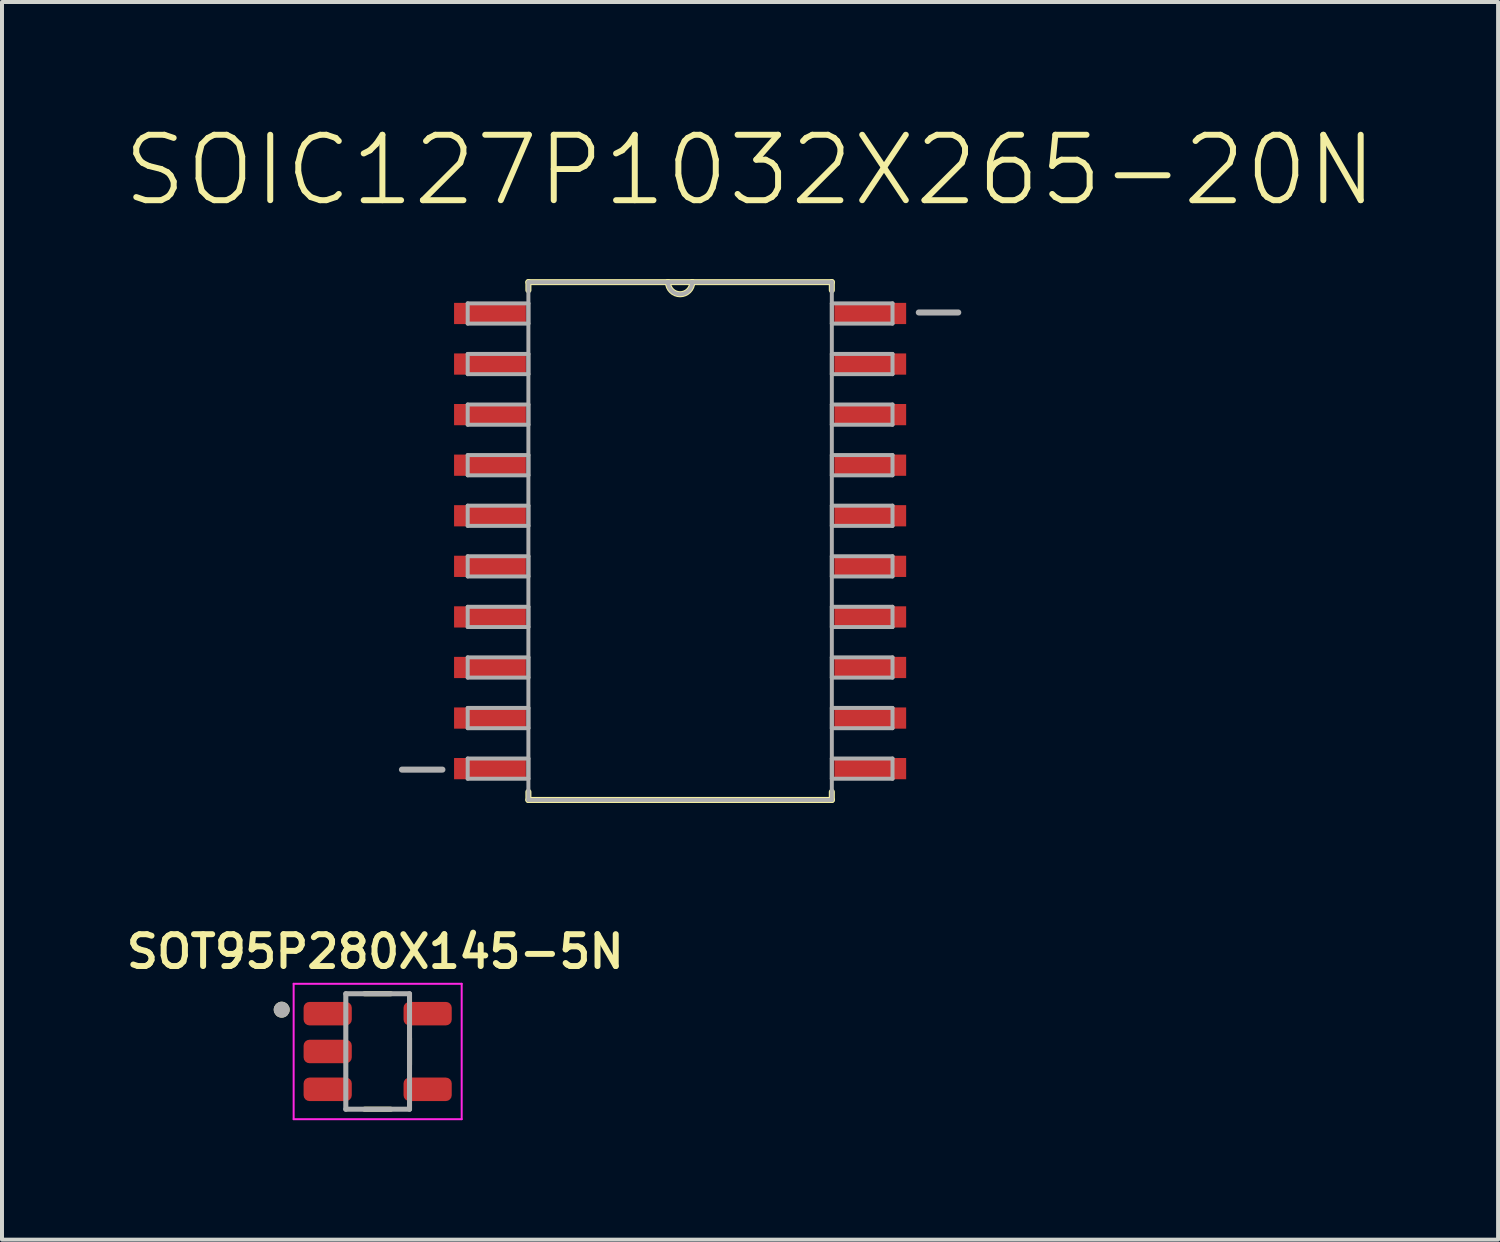
<source format=kicad_pcb>
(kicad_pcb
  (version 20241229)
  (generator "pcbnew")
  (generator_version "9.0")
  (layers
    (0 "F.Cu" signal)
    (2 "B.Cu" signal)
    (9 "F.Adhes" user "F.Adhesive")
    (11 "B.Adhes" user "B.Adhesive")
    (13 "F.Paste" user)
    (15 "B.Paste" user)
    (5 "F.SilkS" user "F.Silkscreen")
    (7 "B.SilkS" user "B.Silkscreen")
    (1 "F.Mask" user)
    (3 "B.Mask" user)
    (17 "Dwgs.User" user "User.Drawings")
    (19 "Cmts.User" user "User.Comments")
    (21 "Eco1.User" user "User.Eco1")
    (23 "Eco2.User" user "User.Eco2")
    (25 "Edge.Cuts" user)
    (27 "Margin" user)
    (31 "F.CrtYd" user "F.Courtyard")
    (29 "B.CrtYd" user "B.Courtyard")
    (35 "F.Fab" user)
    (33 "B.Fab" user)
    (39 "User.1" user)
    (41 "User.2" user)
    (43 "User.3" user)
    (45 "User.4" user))
  (footprint "SOT95P280X145-5N"
    (layer "F.Cu")
    (at 6.434 23.355)
    (property "Reference" "SOT95P280X145-5N" (at -0.06 -2.508 0) (layer "F.SilkS") (effects (font (size 0.8 0.8) (thickness 0.15))))
    (attr smd)
    (fp_line (start -0.33 -1.45) (end 0.33 -1.45) (stroke (width 0.127) (type solid)) (layer "F.SilkS"))
    (fp_line (start 0.33 1.45) (end -0.33 1.45) (stroke (width 0.127) (type solid)) (layer "F.SilkS"))
    (fp_line (start 0.8 -0.335) (end 0.8 0.335) (stroke (width 0.127) (type solid)) (layer "F.SilkS"))
    (fp_circle (center -2.41 -1.05) (end -2.31 -1.05) (stroke (width 0.2) (type solid)) (fill no) (layer "F.SilkS"))
    (fp_line (start -2.11 -1.7) (end 2.11 -1.7) (stroke (width 0.05) (type solid)) (layer "F.CrtYd"))
    (fp_line (start -2.11 1.7) (end -2.11 -1.7) (stroke (width 0.05) (type solid)) (layer "F.CrtYd"))
    (fp_line (start 2.11 -1.7) (end 2.11 1.7) (stroke (width 0.05) (type solid)) (layer "F.CrtYd"))
    (fp_line (start 2.11 1.7) (end -2.11 1.7) (stroke (width 0.05) (type solid)) (layer "F.CrtYd"))
    (fp_line (start -0.8 -1.45) (end 0.8 -1.45) (stroke (width 0.127) (type solid)) (layer "F.Fab"))
    (fp_line (start -0.8 1.45) (end -0.8 -1.45) (stroke (width 0.127) (type solid)) (layer "F.Fab"))
    (fp_line (start 0.8 -1.45) (end 0.8 1.45) (stroke (width 0.127) (type solid)) (layer "F.Fab"))
    (fp_line (start 0.8 1.45) (end -0.8 1.45) (stroke (width 0.127) (type solid)) (layer "F.Fab"))
    (fp_circle (center -2.41 -1.05) (end -2.31 -1.05) (stroke (width 0.2) (type solid)) (fill no) (layer "F.Fab"))
    (pad "1" smd roundrect (at -1.255 -0.95) (size 1.21 0.59) (layers "F.Cu" "F.Mask" "F.Paste") (roundrect_rratio 0.25))
    (pad "2" smd roundrect (at -1.255 0) (size 1.21 0.59) (layers "F.Cu" "F.Mask" "F.Paste") (roundrect_rratio 0.25))
    (pad "3" smd roundrect (at -1.255 0.95) (size 1.21 0.59) (layers "F.Cu" "F.Mask" "F.Paste") (roundrect_rratio 0.25))
    (pad "4" smd roundrect (at 1.255 0.95) (size 1.21 0.59) (layers "F.Cu" "F.Mask" "F.Paste") (roundrect_rratio 0.25))
    (pad "5" smd roundrect (at 1.255 -0.95) (size 1.21 0.59) (layers "F.Cu" "F.Mask" "F.Paste") (roundrect_rratio 0.25)))
  (footprint "SOIC127P1032X265-20N"
    (layer "F.Cu")
    (at 14.029 10.537)
    (property "Reference" "SOIC127P1032X265-20N" (at 1.756 -9.312 0) (layer "F.SilkS") (effects (font (size 1.643 1.643) (thickness 0.15))))
    (attr smd)
    (fp_line (start -3.81 -6.502) (end -3.81 -6.299) (stroke (width 0.152) (type solid)) (layer "F.SilkS"))
    (fp_line (start -3.81 6.299) (end -3.81 6.502) (stroke (width 0.152) (type solid)) (layer "F.SilkS"))
    (fp_line (start -3.81 6.502) (end 3.81 6.502) (stroke (width 0.152) (type solid)) (layer "F.SilkS"))
    (fp_line (start -0.305 -6.502) (end -3.81 -6.502) (stroke (width 0.152) (type solid)) (layer "F.SilkS"))
    (fp_line (start 0.305 -6.502) (end -0.305 -6.502) (stroke (width 0.152) (type solid)) (layer "F.SilkS"))
    (fp_line (start 3.81 -6.502) (end 0.305 -6.502) (stroke (width 0.152) (type solid)) (layer "F.SilkS"))
    (fp_line (start 3.81 -6.299) (end 3.81 -6.502) (stroke (width 0.152) (type solid)) (layer "F.SilkS"))
    (fp_line (start 3.81 6.502) (end 3.81 6.299) (stroke (width 0.152) (type solid)) (layer "F.SilkS"))
    (fp_arc (start 0.3048 -6.5024) (mid 0 -6.1976) (end -0.3048 -6.5024) (stroke (width 0.1524) (type solid)) (layer "F.SilkS"))
    (fp_line (start -6.985 5.74) (end -5.969 5.74) (stroke (width 0.152) (type solid)) (layer "F.Fab"))
    (fp_line (start -5.334 -5.969) (end -5.334 -5.461) (stroke (width 0.1) (type solid)) (layer "F.Fab"))
    (fp_line (start -5.334 -5.461) (end -3.81 -5.461) (stroke (width 0.1) (type solid)) (layer "F.Fab"))
    (fp_line (start -5.334 -4.699) (end -5.334 -4.191) (stroke (width 0.1) (type solid)) (layer "F.Fab"))
    (fp_line (start -5.334 -4.191) (end -3.81 -4.191) (stroke (width 0.1) (type solid)) (layer "F.Fab"))
    (fp_line (start -5.334 -3.429) (end -5.334 -2.921) (stroke (width 0.1) (type solid)) (layer "F.Fab"))
    (fp_line (start -5.334 -2.921) (end -3.81 -2.921) (stroke (width 0.1) (type solid)) (layer "F.Fab"))
    (fp_line (start -5.334 -2.159) (end -5.334 -1.651) (stroke (width 0.1) (type solid)) (layer "F.Fab"))
    (fp_line (start -5.334 -1.651) (end -3.81 -1.651) (stroke (width 0.1) (type solid)) (layer "F.Fab"))
    (fp_line (start -5.334 -0.889) (end -5.334 -0.381) (stroke (width 0.1) (type solid)) (layer "F.Fab"))
    (fp_line (start -5.334 -0.381) (end -3.81 -0.381) (stroke (width 0.1) (type solid)) (layer "F.Fab"))
    (fp_line (start -5.334 0.381) (end -5.334 0.889) (stroke (width 0.1) (type solid)) (layer "F.Fab"))
    (fp_line (start -5.334 0.889) (end -3.81 0.889) (stroke (width 0.1) (type solid)) (layer "F.Fab"))
    (fp_line (start -5.334 1.651) (end -5.334 2.159) (stroke (width 0.1) (type solid)) (layer "F.Fab"))
    (fp_line (start -5.334 2.159) (end -3.81 2.159) (stroke (width 0.1) (type solid)) (layer "F.Fab"))
    (fp_line (start -5.334 2.921) (end -5.334 3.429) (stroke (width 0.1) (type solid)) (layer "F.Fab"))
    (fp_line (start -5.334 3.429) (end -3.81 3.429) (stroke (width 0.1) (type solid)) (layer "F.Fab"))
    (fp_line (start -5.334 4.191) (end -5.334 4.699) (stroke (width 0.1) (type solid)) (layer "F.Fab"))
    (fp_line (start -5.334 4.699) (end -3.81 4.699) (stroke (width 0.1) (type solid)) (layer "F.Fab"))
    (fp_line (start -5.334 5.461) (end -5.334 5.969) (stroke (width 0.1) (type solid)) (layer "F.Fab"))
    (fp_line (start -5.334 5.969) (end -3.81 5.969) (stroke (width 0.1) (type solid)) (layer "F.Fab"))
    (fp_line (start -3.81 -6.502) (end -3.81 6.502) (stroke (width 0.1) (type solid)) (layer "F.Fab"))
    (fp_line (start -3.81 -5.969) (end -5.334 -5.969) (stroke (width 0.1) (type solid)) (layer "F.Fab"))
    (fp_line (start -3.81 -5.461) (end -3.81 -5.969) (stroke (width 0.1) (type solid)) (layer "F.Fab"))
    (fp_line (start -3.81 -4.699) (end -5.334 -4.699) (stroke (width 0.1) (type solid)) (layer "F.Fab"))
    (fp_line (start -3.81 -4.191) (end -3.81 -4.699) (stroke (width 0.1) (type solid)) (layer "F.Fab"))
    (fp_line (start -3.81 -3.429) (end -5.334 -3.429) (stroke (width 0.1) (type solid)) (layer "F.Fab"))
    (fp_line (start -3.81 -2.921) (end -3.81 -3.429) (stroke (width 0.1) (type solid)) (layer "F.Fab"))
    (fp_line (start -3.81 -2.159) (end -5.334 -2.159) (stroke (width 0.1) (type solid)) (layer "F.Fab"))
    (fp_line (start -3.81 -1.651) (end -3.81 -2.159) (stroke (width 0.1) (type solid)) (layer "F.Fab"))
    (fp_line (start -3.81 -0.889) (end -5.334 -0.889) (stroke (width 0.1) (type solid)) (layer "F.Fab"))
    (fp_line (start -3.81 -0.381) (end -3.81 -0.889) (stroke (width 0.1) (type solid)) (layer "F.Fab"))
    (fp_line (start -3.81 0.381) (end -5.334 0.381) (stroke (width 0.1) (type solid)) (layer "F.Fab"))
    (fp_line (start -3.81 0.889) (end -3.81 0.381) (stroke (width 0.1) (type solid)) (layer "F.Fab"))
    (fp_line (start -3.81 1.651) (end -5.334 1.651) (stroke (width 0.1) (type solid)) (layer "F.Fab"))
    (fp_line (start -3.81 2.159) (end -3.81 1.651) (stroke (width 0.1) (type solid)) (layer "F.Fab"))
    (fp_line (start -3.81 2.921) (end -5.334 2.921) (stroke (width 0.1) (type solid)) (layer "F.Fab"))
    (fp_line (start -3.81 3.429) (end -3.81 2.921) (stroke (width 0.1) (type solid)) (layer "F.Fab"))
    (fp_line (start -3.81 4.191) (end -5.334 4.191) (stroke (width 0.1) (type solid)) (layer "F.Fab"))
    (fp_line (start -3.81 4.699) (end -3.81 4.191) (stroke (width 0.1) (type solid)) (layer "F.Fab"))
    (fp_line (start -3.81 5.461) (end -5.334 5.461) (stroke (width 0.1) (type solid)) (layer "F.Fab"))
    (fp_line (start -3.81 5.969) (end -3.81 5.461) (stroke (width 0.1) (type solid)) (layer "F.Fab"))
    (fp_line (start -3.81 6.502) (end 3.81 6.502) (stroke (width 0.1) (type solid)) (layer "F.Fab"))
    (fp_line (start -0.305 -6.502) (end -3.81 -6.502) (stroke (width 0.1) (type solid)) (layer "F.Fab"))
    (fp_line (start 0.305 -6.502) (end -0.305 -6.502) (stroke (width 0.1) (type solid)) (layer "F.Fab"))
    (fp_line (start 3.81 -6.502) (end 0.305 -6.502) (stroke (width 0.1) (type solid)) (layer "F.Fab"))
    (fp_line (start 3.81 -5.969) (end 3.81 -5.461) (stroke (width 0.1) (type solid)) (layer "F.Fab"))
    (fp_line (start 3.81 -5.461) (end 5.334 -5.461) (stroke (width 0.1) (type solid)) (layer "F.Fab"))
    (fp_line (start 3.81 -4.699) (end 3.81 -4.191) (stroke (width 0.1) (type solid)) (layer "F.Fab"))
    (fp_line (start 3.81 -4.191) (end 5.334 -4.191) (stroke (width 0.1) (type solid)) (layer "F.Fab"))
    (fp_line (start 3.81 -3.429) (end 3.81 -2.921) (stroke (width 0.1) (type solid)) (layer "F.Fab"))
    (fp_line (start 3.81 -2.921) (end 5.334 -2.921) (stroke (width 0.1) (type solid)) (layer "F.Fab"))
    (fp_line (start 3.81 -2.159) (end 3.81 -1.651) (stroke (width 0.1) (type solid)) (layer "F.Fab"))
    (fp_line (start 3.81 -1.651) (end 5.334 -1.651) (stroke (width 0.1) (type solid)) (layer "F.Fab"))
    (fp_line (start 3.81 -0.889) (end 3.81 -0.381) (stroke (width 0.1) (type solid)) (layer "F.Fab"))
    (fp_line (start 3.81 -0.381) (end 5.334 -0.381) (stroke (width 0.1) (type solid)) (layer "F.Fab"))
    (fp_line (start 3.81 0.381) (end 3.81 0.889) (stroke (width 0.1) (type solid)) (layer "F.Fab"))
    (fp_line (start 3.81 0.889) (end 5.334 0.889) (stroke (width 0.1) (type solid)) (layer "F.Fab"))
    (fp_line (start 3.81 1.651) (end 3.81 2.159) (stroke (width 0.1) (type solid)) (layer "F.Fab"))
    (fp_line (start 3.81 2.159) (end 5.334 2.159) (stroke (width 0.1) (type solid)) (layer "F.Fab"))
    (fp_line (start 3.81 2.921) (end 3.81 3.429) (stroke (width 0.1) (type solid)) (layer "F.Fab"))
    (fp_line (start 3.81 3.429) (end 5.334 3.429) (stroke (width 0.1) (type solid)) (layer "F.Fab"))
    (fp_line (start 3.81 4.191) (end 3.81 4.699) (stroke (width 0.1) (type solid)) (layer "F.Fab"))
    (fp_line (start 3.81 4.699) (end 5.334 4.699) (stroke (width 0.1) (type solid)) (layer "F.Fab"))
    (fp_line (start 3.81 5.461) (end 3.81 5.969) (stroke (width 0.1) (type solid)) (layer "F.Fab"))
    (fp_line (start 3.81 5.969) (end 5.334 5.969) (stroke (width 0.1) (type solid)) (layer "F.Fab"))
    (fp_line (start 3.81 6.502) (end 3.81 -6.502) (stroke (width 0.1) (type solid)) (layer "F.Fab"))
    (fp_line (start 5.334 -5.969) (end 3.81 -5.969) (stroke (width 0.1) (type solid)) (layer "F.Fab"))
    (fp_line (start 5.334 -5.461) (end 5.334 -5.969) (stroke (width 0.1) (type solid)) (layer "F.Fab"))
    (fp_line (start 5.334 -4.699) (end 3.81 -4.699) (stroke (width 0.1) (type solid)) (layer "F.Fab"))
    (fp_line (start 5.334 -4.191) (end 5.334 -4.699) (stroke (width 0.1) (type solid)) (layer "F.Fab"))
    (fp_line (start 5.334 -3.429) (end 3.81 -3.429) (stroke (width 0.1) (type solid)) (layer "F.Fab"))
    (fp_line (start 5.334 -2.921) (end 5.334 -3.429) (stroke (width 0.1) (type solid)) (layer "F.Fab"))
    (fp_line (start 5.334 -2.159) (end 3.81 -2.159) (stroke (width 0.1) (type solid)) (layer "F.Fab"))
    (fp_line (start 5.334 -1.651) (end 5.334 -2.159) (stroke (width 0.1) (type solid)) (layer "F.Fab"))
    (fp_line (start 5.334 -0.889) (end 3.81 -0.889) (stroke (width 0.1) (type solid)) (layer "F.Fab"))
    (fp_line (start 5.334 -0.381) (end 5.334 -0.889) (stroke (width 0.1) (type solid)) (layer "F.Fab"))
    (fp_line (start 5.334 0.381) (end 3.81 0.381) (stroke (width 0.1) (type solid)) (layer "F.Fab"))
    (fp_line (start 5.334 0.889) (end 5.334 0.381) (stroke (width 0.1) (type solid)) (layer "F.Fab"))
    (fp_line (start 5.334 1.651) (end 3.81 1.651) (stroke (width 0.1) (type solid)) (layer "F.Fab"))
    (fp_line (start 5.334 2.159) (end 5.334 1.651) (stroke (width 0.1) (type solid)) (layer "F.Fab"))
    (fp_line (start 5.334 2.921) (end 3.81 2.921) (stroke (width 0.1) (type solid)) (layer "F.Fab"))
    (fp_line (start 5.334 3.429) (end 5.334 2.921) (stroke (width 0.1) (type solid)) (layer "F.Fab"))
    (fp_line (start 5.334 4.191) (end 3.81 4.191) (stroke (width 0.1) (type solid)) (layer "F.Fab"))
    (fp_line (start 5.334 4.699) (end 5.334 4.191) (stroke (width 0.1) (type solid)) (layer "F.Fab"))
    (fp_line (start 5.334 5.461) (end 3.81 5.461) (stroke (width 0.1) (type solid)) (layer "F.Fab"))
    (fp_line (start 5.334 5.969) (end 5.334 5.461) (stroke (width 0.1) (type solid)) (layer "F.Fab"))
    (fp_line (start 5.994 -5.74) (end 6.985 -5.74) (stroke (width 0.152) (type solid)) (layer "F.Fab"))
    (fp_arc (start 0.3048 -6.5024) (mid 0 -6.1976) (end -0.3048 -6.5024) (stroke (width 0.1) (type solid)) (layer "F.Fab"))
    (pad "1" smd rect (at -4.775 -5.715) (size 1.803 0.533) (layers "F.Cu" "F.Mask" "F.Paste"))
    (pad "2" smd rect (at -4.775 -4.445) (size 1.803 0.533) (layers "F.Cu" "F.Mask" "F.Paste"))
    (pad "3" smd rect (at -4.775 -3.175) (size 1.803 0.533) (layers "F.Cu" "F.Mask" "F.Paste"))
    (pad "4" smd rect (at -4.775 -1.905) (size 1.803 0.533) (layers "F.Cu" "F.Mask" "F.Paste"))
    (pad "5" smd rect (at -4.775 -0.635) (size 1.803 0.533) (layers "F.Cu" "F.Mask" "F.Paste"))
    (pad "6" smd rect (at -4.775 0.635) (size 1.803 0.533) (layers "F.Cu" "F.Mask" "F.Paste"))
    (pad "7" smd rect (at -4.775 1.905) (size 1.803 0.533) (layers "F.Cu" "F.Mask" "F.Paste"))
    (pad "8" smd rect (at -4.775 3.175) (size 1.803 0.533) (layers "F.Cu" "F.Mask" "F.Paste"))
    (pad "9" smd rect (at -4.775 4.445) (size 1.803 0.533) (layers "F.Cu" "F.Mask" "F.Paste"))
    (pad "10" smd rect (at -4.775 5.715) (size 1.803 0.533) (layers "F.Cu" "F.Mask" "F.Paste"))
    (pad "11" smd rect (at 4.775 5.715) (size 1.803 0.533) (layers "F.Cu" "F.Mask" "F.Paste"))
    (pad "12" smd rect (at 4.775 4.445) (size 1.803 0.533) (layers "F.Cu" "F.Mask" "F.Paste"))
    (pad "13" smd rect (at 4.775 3.175) (size 1.803 0.533) (layers "F.Cu" "F.Mask" "F.Paste"))
    (pad "14" smd rect (at 4.775 1.905) (size 1.803 0.533) (layers "F.Cu" "F.Mask" "F.Paste"))
    (pad "15" smd rect (at 4.775 0.635) (size 1.803 0.533) (layers "F.Cu" "F.Mask" "F.Paste"))
    (pad "16" smd rect (at 4.775 -0.635) (size 1.803 0.533) (layers "F.Cu" "F.Mask" "F.Paste"))
    (pad "17" smd rect (at 4.775 -1.905) (size 1.803 0.533) (layers "F.Cu" "F.Mask" "F.Paste"))
    (pad "18" smd rect (at 4.775 -3.175) (size 1.803 0.533) (layers "F.Cu" "F.Mask" "F.Paste"))
    (pad "19" smd rect (at 4.775 -4.445) (size 1.803 0.533) (layers "F.Cu" "F.Mask" "F.Paste"))
    (pad "20" smd rect (at 4.775 -5.715) (size 1.803 0.533) (layers "F.Cu" "F.Mask" "F.Paste")))
  (gr_rect
    (start -3 -3)
    (end 34.57 28.08)
    (stroke (width 0.1) (type default))
    (fill no)
    (layer "Edge.Cuts")))
</source>
